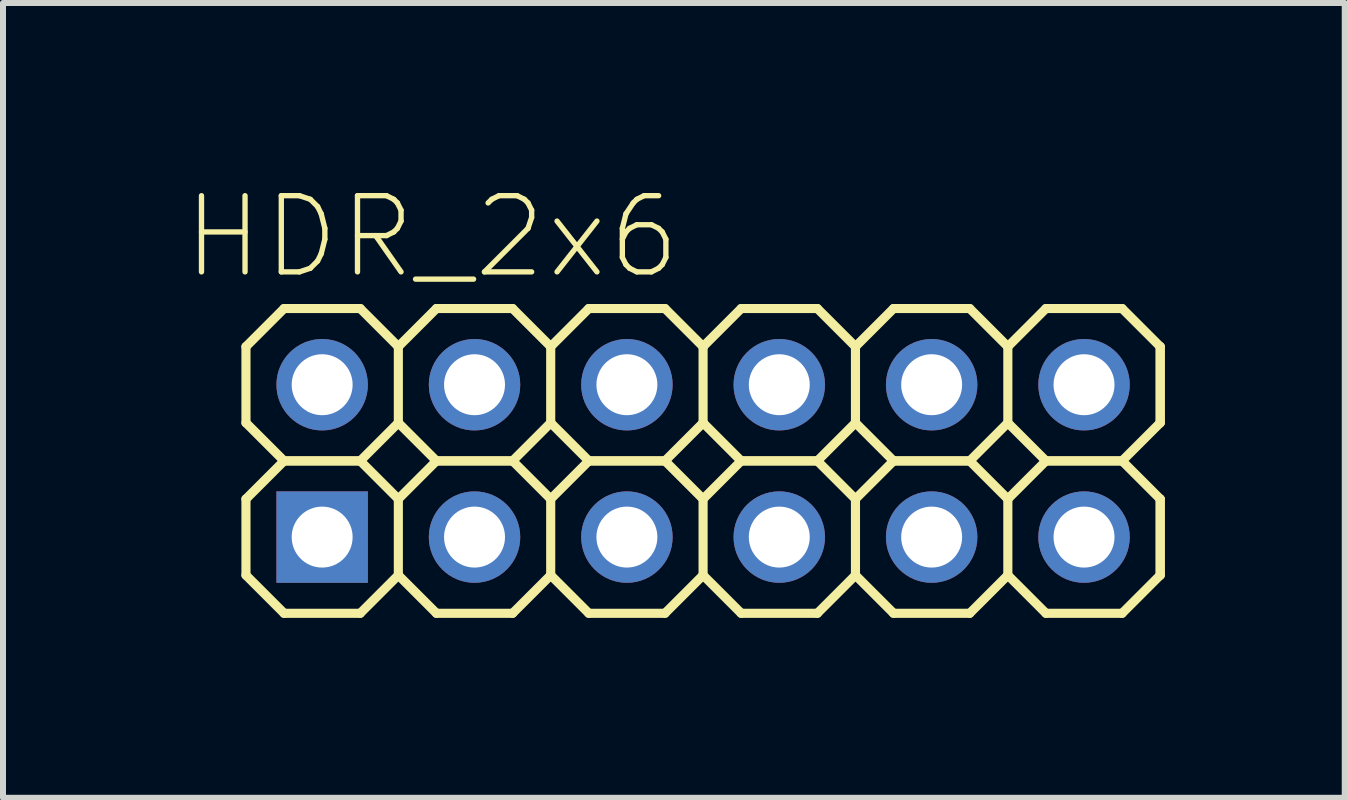
<source format=kicad_pcb>
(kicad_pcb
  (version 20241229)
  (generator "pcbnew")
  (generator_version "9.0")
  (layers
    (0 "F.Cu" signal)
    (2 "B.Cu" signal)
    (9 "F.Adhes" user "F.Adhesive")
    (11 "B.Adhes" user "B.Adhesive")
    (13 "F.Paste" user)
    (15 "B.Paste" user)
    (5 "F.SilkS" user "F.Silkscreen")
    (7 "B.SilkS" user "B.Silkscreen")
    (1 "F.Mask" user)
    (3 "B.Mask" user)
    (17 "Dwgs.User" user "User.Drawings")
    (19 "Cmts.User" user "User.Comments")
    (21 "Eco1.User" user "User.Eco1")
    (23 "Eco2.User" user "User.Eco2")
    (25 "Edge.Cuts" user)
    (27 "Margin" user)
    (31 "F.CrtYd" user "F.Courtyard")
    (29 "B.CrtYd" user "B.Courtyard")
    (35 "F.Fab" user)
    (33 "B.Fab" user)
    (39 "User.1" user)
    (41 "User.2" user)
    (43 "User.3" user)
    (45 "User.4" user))
  (footprint "HDR_2x6"
    (layer "F.Cu")
    (at 8.67 4.633)
    (property "Reference" "HDR_2x6" (at -4.521 -3.734 0) (layer "F.SilkS") (effects (font (size 1.27 1.27) (thickness 0.089))))
    (attr exclude_from_pos_files exclude_from_bom)
    (fp_line (start -7.62 -1.905) (end -7.62 -0.635) (stroke (width 0.152) (type solid)) (layer "F.SilkS"))
    (fp_line (start -7.62 -0.635) (end -6.985 0) (stroke (width 0.152) (type solid)) (layer "F.SilkS"))
    (fp_line (start -7.62 0.635) (end -7.62 1.905) (stroke (width 0.152) (type solid)) (layer "F.SilkS"))
    (fp_line (start -7.62 1.905) (end -6.985 2.54) (stroke (width 0.152) (type solid)) (layer "F.SilkS"))
    (fp_line (start -6.985 -2.54) (end -7.62 -1.905) (stroke (width 0.152) (type solid)) (layer "F.SilkS"))
    (fp_line (start -6.985 -2.54) (end -5.715 -2.54) (stroke (width 0.152) (type solid)) (layer "F.SilkS"))
    (fp_line (start -6.985 0) (end -7.62 0.635) (stroke (width 0.152) (type solid)) (layer "F.SilkS"))
    (fp_line (start -6.985 0) (end -5.715 0) (stroke (width 0.152) (type solid)) (layer "F.SilkS"))
    (fp_line (start -5.715 -2.54) (end -5.08 -1.905) (stroke (width 0.152) (type solid)) (layer "F.SilkS"))
    (fp_line (start -5.715 0) (end -6.985 0) (stroke (width 0.152) (type solid)) (layer "F.SilkS"))
    (fp_line (start -5.715 0) (end -5.08 0.635) (stroke (width 0.152) (type solid)) (layer "F.SilkS"))
    (fp_line (start -5.715 2.54) (end -6.985 2.54) (stroke (width 0.152) (type solid)) (layer "F.SilkS"))
    (fp_line (start -5.08 -1.905) (end -5.08 -0.635) (stroke (width 0.152) (type solid)) (layer "F.SilkS"))
    (fp_line (start -5.08 -1.905) (end -4.445 -2.54) (stroke (width 0.152) (type solid)) (layer "F.SilkS"))
    (fp_line (start -5.08 -0.635) (end -5.715 0) (stroke (width 0.152) (type solid)) (layer "F.SilkS"))
    (fp_line (start -5.08 0.635) (end -5.08 1.905) (stroke (width 0.152) (type solid)) (layer "F.SilkS"))
    (fp_line (start -5.08 0.635) (end -4.445 0) (stroke (width 0.152) (type solid)) (layer "F.SilkS"))
    (fp_line (start -5.08 1.905) (end -5.715 2.54) (stroke (width 0.152) (type solid)) (layer "F.SilkS"))
    (fp_line (start -4.445 -2.54) (end -3.175 -2.54) (stroke (width 0.152) (type solid)) (layer "F.SilkS"))
    (fp_line (start -4.445 0) (end -5.08 -0.635) (stroke (width 0.152) (type solid)) (layer "F.SilkS"))
    (fp_line (start -4.445 0) (end -3.175 0) (stroke (width 0.152) (type solid)) (layer "F.SilkS"))
    (fp_line (start -4.445 2.54) (end -5.08 1.905) (stroke (width 0.152) (type solid)) (layer "F.SilkS"))
    (fp_line (start -3.175 -2.54) (end -2.54 -1.905) (stroke (width 0.152) (type solid)) (layer "F.SilkS"))
    (fp_line (start -3.175 0) (end -4.445 0) (stroke (width 0.152) (type solid)) (layer "F.SilkS"))
    (fp_line (start -3.175 0) (end -2.54 0.635) (stroke (width 0.152) (type solid)) (layer "F.SilkS"))
    (fp_line (start -3.175 2.54) (end -4.445 2.54) (stroke (width 0.152) (type solid)) (layer "F.SilkS"))
    (fp_line (start -2.54 -1.905) (end -2.54 -0.635) (stroke (width 0.152) (type solid)) (layer "F.SilkS"))
    (fp_line (start -2.54 -1.905) (end -1.905 -2.54) (stroke (width 0.152) (type solid)) (layer "F.SilkS"))
    (fp_line (start -2.54 -0.635) (end -3.175 0) (stroke (width 0.152) (type solid)) (layer "F.SilkS"))
    (fp_line (start -2.54 0.635) (end -2.54 1.905) (stroke (width 0.152) (type solid)) (layer "F.SilkS"))
    (fp_line (start -2.54 0.635) (end -1.905 0) (stroke (width 0.152) (type solid)) (layer "F.SilkS"))
    (fp_line (start -2.54 1.905) (end -3.175 2.54) (stroke (width 0.152) (type solid)) (layer "F.SilkS"))
    (fp_line (start -1.905 -2.54) (end -0.635 -2.54) (stroke (width 0.152) (type solid)) (layer "F.SilkS"))
    (fp_line (start -1.905 0) (end -2.54 -0.635) (stroke (width 0.152) (type solid)) (layer "F.SilkS"))
    (fp_line (start -1.905 0) (end -0.635 0) (stroke (width 0.152) (type solid)) (layer "F.SilkS"))
    (fp_line (start -1.905 2.54) (end -2.54 1.905) (stroke (width 0.152) (type solid)) (layer "F.SilkS"))
    (fp_line (start -0.635 -2.54) (end 0 -1.905) (stroke (width 0.152) (type solid)) (layer "F.SilkS"))
    (fp_line (start -0.635 0) (end -1.905 0) (stroke (width 0.152) (type solid)) (layer "F.SilkS"))
    (fp_line (start -0.635 0) (end 0 0.635) (stroke (width 0.152) (type solid)) (layer "F.SilkS"))
    (fp_line (start -0.635 2.54) (end -1.905 2.54) (stroke (width 0.152) (type solid)) (layer "F.SilkS"))
    (fp_line (start 0 -1.905) (end 0 -0.635) (stroke (width 0.152) (type solid)) (layer "F.SilkS"))
    (fp_line (start 0 -0.635) (end -0.635 0) (stroke (width 0.152) (type solid)) (layer "F.SilkS"))
    (fp_line (start 0 -0.635) (end 0.635 0) (stroke (width 0.152) (type solid)) (layer "F.SilkS"))
    (fp_line (start 0 0.635) (end 0 1.905) (stroke (width 0.152) (type solid)) (layer "F.SilkS"))
    (fp_line (start 0 1.905) (end -0.635 2.54) (stroke (width 0.152) (type solid)) (layer "F.SilkS"))
    (fp_line (start 0 1.905) (end 0.635 2.54) (stroke (width 0.152) (type solid)) (layer "F.SilkS"))
    (fp_line (start 0.635 -2.54) (end 0 -1.905) (stroke (width 0.152) (type solid)) (layer "F.SilkS"))
    (fp_line (start 0.635 -2.54) (end 1.905 -2.54) (stroke (width 0.152) (type solid)) (layer "F.SilkS"))
    (fp_line (start 0.635 0) (end 0 0.635) (stroke (width 0.152) (type solid)) (layer "F.SilkS"))
    (fp_line (start 0.635 0) (end 1.905 0) (stroke (width 0.152) (type solid)) (layer "F.SilkS"))
    (fp_line (start 1.905 -2.54) (end 2.54 -1.905) (stroke (width 0.152) (type solid)) (layer "F.SilkS"))
    (fp_line (start 1.905 0) (end 0.635 0) (stroke (width 0.152) (type solid)) (layer "F.SilkS"))
    (fp_line (start 1.905 0) (end 2.54 0.635) (stroke (width 0.152) (type solid)) (layer "F.SilkS"))
    (fp_line (start 1.905 2.54) (end 0.635 2.54) (stroke (width 0.152) (type solid)) (layer "F.SilkS"))
    (fp_line (start 2.54 -1.905) (end 2.54 -0.635) (stroke (width 0.152) (type solid)) (layer "F.SilkS"))
    (fp_line (start 2.54 -1.905) (end 3.175 -2.54) (stroke (width 0.152) (type solid)) (layer "F.SilkS"))
    (fp_line (start 2.54 -0.635) (end 1.905 0) (stroke (width 0.152) (type solid)) (layer "F.SilkS"))
    (fp_line (start 2.54 0.635) (end 2.54 1.905) (stroke (width 0.152) (type solid)) (layer "F.SilkS"))
    (fp_line (start 2.54 0.635) (end 3.175 0) (stroke (width 0.152) (type solid)) (layer "F.SilkS"))
    (fp_line (start 2.54 1.905) (end 1.905 2.54) (stroke (width 0.152) (type solid)) (layer "F.SilkS"))
    (fp_line (start 3.175 -2.54) (end 4.445 -2.54) (stroke (width 0.152) (type solid)) (layer "F.SilkS"))
    (fp_line (start 3.175 0) (end 2.54 -0.635) (stroke (width 0.152) (type solid)) (layer "F.SilkS"))
    (fp_line (start 3.175 0) (end 4.445 0) (stroke (width 0.152) (type solid)) (layer "F.SilkS"))
    (fp_line (start 3.175 2.54) (end 2.54 1.905) (stroke (width 0.152) (type solid)) (layer "F.SilkS"))
    (fp_line (start 4.445 -2.54) (end 5.08 -1.905) (stroke (width 0.152) (type solid)) (layer "F.SilkS"))
    (fp_line (start 4.445 0) (end 3.175 0) (stroke (width 0.152) (type solid)) (layer "F.SilkS"))
    (fp_line (start 4.445 0) (end 5.08 0.635) (stroke (width 0.152) (type solid)) (layer "F.SilkS"))
    (fp_line (start 4.445 2.54) (end 3.175 2.54) (stroke (width 0.152) (type solid)) (layer "F.SilkS"))
    (fp_line (start 5.08 -1.905) (end 5.08 -0.635) (stroke (width 0.152) (type solid)) (layer "F.SilkS"))
    (fp_line (start 5.08 -1.905) (end 5.715 -2.54) (stroke (width 0.152) (type solid)) (layer "F.SilkS"))
    (fp_line (start 5.08 -0.635) (end 4.445 0) (stroke (width 0.152) (type solid)) (layer "F.SilkS"))
    (fp_line (start 5.08 0.635) (end 5.08 1.905) (stroke (width 0.152) (type solid)) (layer "F.SilkS"))
    (fp_line (start 5.08 0.635) (end 5.715 0) (stroke (width 0.152) (type solid)) (layer "F.SilkS"))
    (fp_line (start 5.08 1.905) (end 4.445 2.54) (stroke (width 0.152) (type solid)) (layer "F.SilkS"))
    (fp_line (start 5.715 -2.54) (end 6.985 -2.54) (stroke (width 0.152) (type solid)) (layer "F.SilkS"))
    (fp_line (start 5.715 0) (end 5.08 -0.635) (stroke (width 0.152) (type solid)) (layer "F.SilkS"))
    (fp_line (start 5.715 0) (end 6.985 0) (stroke (width 0.152) (type solid)) (layer "F.SilkS"))
    (fp_line (start 5.715 2.54) (end 5.08 1.905) (stroke (width 0.152) (type solid)) (layer "F.SilkS"))
    (fp_line (start 6.985 -2.54) (end 7.62 -1.905) (stroke (width 0.152) (type solid)) (layer "F.SilkS"))
    (fp_line (start 6.985 0) (end 5.715 0) (stroke (width 0.152) (type solid)) (layer "F.SilkS"))
    (fp_line (start 6.985 0) (end 7.62 0.635) (stroke (width 0.152) (type solid)) (layer "F.SilkS"))
    (fp_line (start 6.985 2.54) (end 5.715 2.54) (stroke (width 0.152) (type solid)) (layer "F.SilkS"))
    (fp_line (start 7.62 -1.905) (end 7.62 -0.635) (stroke (width 0.152) (type solid)) (layer "F.SilkS"))
    (fp_line (start 7.62 -1.905) (end 7.62 -0.635) (stroke (width 0.152) (type solid)) (layer "F.SilkS"))
    (fp_line (start 7.62 -0.635) (end 6.985 0) (stroke (width 0.152) (type solid)) (layer "F.SilkS"))
    (fp_line (start 7.62 0.635) (end 7.62 1.905) (stroke (width 0.152) (type solid)) (layer "F.SilkS"))
    (fp_line (start 7.62 0.635) (end 7.62 1.905) (stroke (width 0.152) (type solid)) (layer "F.SilkS"))
    (fp_line (start 7.62 1.905) (end 6.985 2.54) (stroke (width 0.152) (type solid)) (layer "F.SilkS"))
    (fp_line (start -6.604 -1.524) (end -6.096 -1.524) (stroke (width 0.066) (type solid)) (layer "F.Fab"))
    (fp_line (start -6.604 -1.016) (end -6.604 -1.524) (stroke (width 0.066) (type solid)) (layer "F.Fab"))
    (fp_line (start -6.604 -1.016) (end -6.096 -1.016) (stroke (width 0.066) (type solid)) (layer "F.Fab"))
    (fp_line (start -6.604 1.016) (end -6.096 1.016) (stroke (width 0.066) (type solid)) (layer "F.Fab"))
    (fp_line (start -6.604 1.524) (end -6.604 1.016) (stroke (width 0.066) (type solid)) (layer "F.Fab"))
    (fp_line (start -6.604 1.524) (end -6.096 1.524) (stroke (width 0.066) (type solid)) (layer "F.Fab"))
    (fp_line (start -6.096 -1.016) (end -6.096 -1.524) (stroke (width 0.066) (type solid)) (layer "F.Fab"))
    (fp_line (start -6.096 1.524) (end -6.096 1.016) (stroke (width 0.066) (type solid)) (layer "F.Fab"))
    (fp_line (start -4.064 -1.524) (end -3.556 -1.524) (stroke (width 0.066) (type solid)) (layer "F.Fab"))
    (fp_line (start -4.064 -1.016) (end -4.064 -1.524) (stroke (width 0.066) (type solid)) (layer "F.Fab"))
    (fp_line (start -4.064 -1.016) (end -3.556 -1.016) (stroke (width 0.066) (type solid)) (layer "F.Fab"))
    (fp_line (start -4.064 1.016) (end -3.556 1.016) (stroke (width 0.066) (type solid)) (layer "F.Fab"))
    (fp_line (start -4.064 1.524) (end -4.064 1.016) (stroke (width 0.066) (type solid)) (layer "F.Fab"))
    (fp_line (start -4.064 1.524) (end -3.556 1.524) (stroke (width 0.066) (type solid)) (layer "F.Fab"))
    (fp_line (start -3.556 -1.016) (end -3.556 -1.524) (stroke (width 0.066) (type solid)) (layer "F.Fab"))
    (fp_line (start -3.556 1.524) (end -3.556 1.016) (stroke (width 0.066) (type solid)) (layer "F.Fab"))
    (fp_line (start -1.524 -1.524) (end -1.016 -1.524) (stroke (width 0.066) (type solid)) (layer "F.Fab"))
    (fp_line (start -1.524 -1.016) (end -1.524 -1.524) (stroke (width 0.066) (type solid)) (layer "F.Fab"))
    (fp_line (start -1.524 -1.016) (end -1.016 -1.016) (stroke (width 0.066) (type solid)) (layer "F.Fab"))
    (fp_line (start -1.524 1.016) (end -1.016 1.016) (stroke (width 0.066) (type solid)) (layer "F.Fab"))
    (fp_line (start -1.524 1.524) (end -1.524 1.016) (stroke (width 0.066) (type solid)) (layer "F.Fab"))
    (fp_line (start -1.524 1.524) (end -1.016 1.524) (stroke (width 0.066) (type solid)) (layer "F.Fab"))
    (fp_line (start -1.016 -1.016) (end -1.016 -1.524) (stroke (width 0.066) (type solid)) (layer "F.Fab"))
    (fp_line (start -1.016 1.524) (end -1.016 1.016) (stroke (width 0.066) (type solid)) (layer "F.Fab"))
    (fp_line (start 1.016 -1.524) (end 1.524 -1.524) (stroke (width 0.066) (type solid)) (layer "F.Fab"))
    (fp_line (start 1.016 -1.016) (end 1.016 -1.524) (stroke (width 0.066) (type solid)) (layer "F.Fab"))
    (fp_line (start 1.016 -1.016) (end 1.524 -1.016) (stroke (width 0.066) (type solid)) (layer "F.Fab"))
    (fp_line (start 1.016 1.016) (end 1.524 1.016) (stroke (width 0.066) (type solid)) (layer "F.Fab"))
    (fp_line (start 1.016 1.524) (end 1.016 1.016) (stroke (width 0.066) (type solid)) (layer "F.Fab"))
    (fp_line (start 1.016 1.524) (end 1.524 1.524) (stroke (width 0.066) (type solid)) (layer "F.Fab"))
    (fp_line (start 1.524 -1.016) (end 1.524 -1.524) (stroke (width 0.066) (type solid)) (layer "F.Fab"))
    (fp_line (start 1.524 1.524) (end 1.524 1.016) (stroke (width 0.066) (type solid)) (layer "F.Fab"))
    (fp_line (start 3.556 -1.524) (end 4.064 -1.524) (stroke (width 0.066) (type solid)) (layer "F.Fab"))
    (fp_line (start 3.556 -1.016) (end 3.556 -1.524) (stroke (width 0.066) (type solid)) (layer "F.Fab"))
    (fp_line (start 3.556 -1.016) (end 4.064 -1.016) (stroke (width 0.066) (type solid)) (layer "F.Fab"))
    (fp_line (start 3.556 1.016) (end 4.064 1.016) (stroke (width 0.066) (type solid)) (layer "F.Fab"))
    (fp_line (start 3.556 1.524) (end 3.556 1.016) (stroke (width 0.066) (type solid)) (layer "F.Fab"))
    (fp_line (start 3.556 1.524) (end 4.064 1.524) (stroke (width 0.066) (type solid)) (layer "F.Fab"))
    (fp_line (start 4.064 -1.016) (end 4.064 -1.524) (stroke (width 0.066) (type solid)) (layer "F.Fab"))
    (fp_line (start 4.064 1.524) (end 4.064 1.016) (stroke (width 0.066) (type solid)) (layer "F.Fab"))
    (fp_line (start 6.096 -1.524) (end 6.604 -1.524) (stroke (width 0.066) (type solid)) (layer "F.Fab"))
    (fp_line (start 6.096 -1.016) (end 6.096 -1.524) (stroke (width 0.066) (type solid)) (layer "F.Fab"))
    (fp_line (start 6.096 -1.016) (end 6.604 -1.016) (stroke (width 0.066) (type solid)) (layer "F.Fab"))
    (fp_line (start 6.096 1.016) (end 6.604 1.016) (stroke (width 0.066) (type solid)) (layer "F.Fab"))
    (fp_line (start 6.096 1.524) (end 6.096 1.016) (stroke (width 0.066) (type solid)) (layer "F.Fab"))
    (fp_line (start 6.096 1.524) (end 6.604 1.524) (stroke (width 0.066) (type solid)) (layer "F.Fab"))
    (fp_line (start 6.604 -1.016) (end 6.604 -1.524) (stroke (width 0.066) (type solid)) (layer "F.Fab"))
    (fp_line (start 6.604 1.524) (end 6.604 1.016) (stroke (width 0.066) (type solid)) (layer "F.Fab"))
    (pad "1" thru_hole rect (at -6.35 1.27) (size 1.524 1.524) (drill 1.016) (layers "*.Cu" "*.Mask"))
    (pad "2" thru_hole circle (at -6.35 -1.27) (size 1.524 1.524) (drill 1.016) (layers "*.Cu" "*.Mask"))
    (pad "3" thru_hole circle (at -3.81 1.27) (size 1.524 1.524) (drill 1.016) (layers "*.Cu" "*.Mask"))
    (pad "4" thru_hole circle (at -3.81 -1.27) (size 1.524 1.524) (drill 1.016) (layers "*.Cu" "*.Mask"))
    (pad "5" thru_hole circle (at -1.27 1.27) (size 1.524 1.524) (drill 1.016) (layers "*.Cu" "*.Mask"))
    (pad "6" thru_hole circle (at -1.27 -1.27) (size 1.524 1.524) (drill 1.016) (layers "*.Cu" "*.Mask"))
    (pad "7" thru_hole circle (at 1.27 1.27) (size 1.524 1.524) (drill 1.016) (layers "*.Cu" "*.Mask"))
    (pad "8" thru_hole circle (at 1.27 -1.27) (size 1.524 1.524) (drill 1.016) (layers "*.Cu" "*.Mask"))
    (pad "9" thru_hole circle (at 3.81 1.27) (size 1.524 1.524) (drill 1.016) (layers "*.Cu" "*.Mask"))
    (pad "10" thru_hole circle (at 3.81 -1.27) (size 1.524 1.524) (drill 1.016) (layers "*.Cu" "*.Mask"))
    (pad "11" thru_hole circle (at 6.35 1.27) (size 1.524 1.524) (drill 1.016) (layers "*.Cu" "*.Mask"))
    (pad "12" thru_hole circle (at 6.35 -1.27) (size 1.524 1.524) (drill 1.016) (layers "*.Cu" "*.Mask")))
  (gr_rect
    (start -3 -3)
    (end 19.366 10.249)
    (stroke (width 0.1) (type default))
    (fill no)
    (layer "Edge.Cuts")))
</source>
